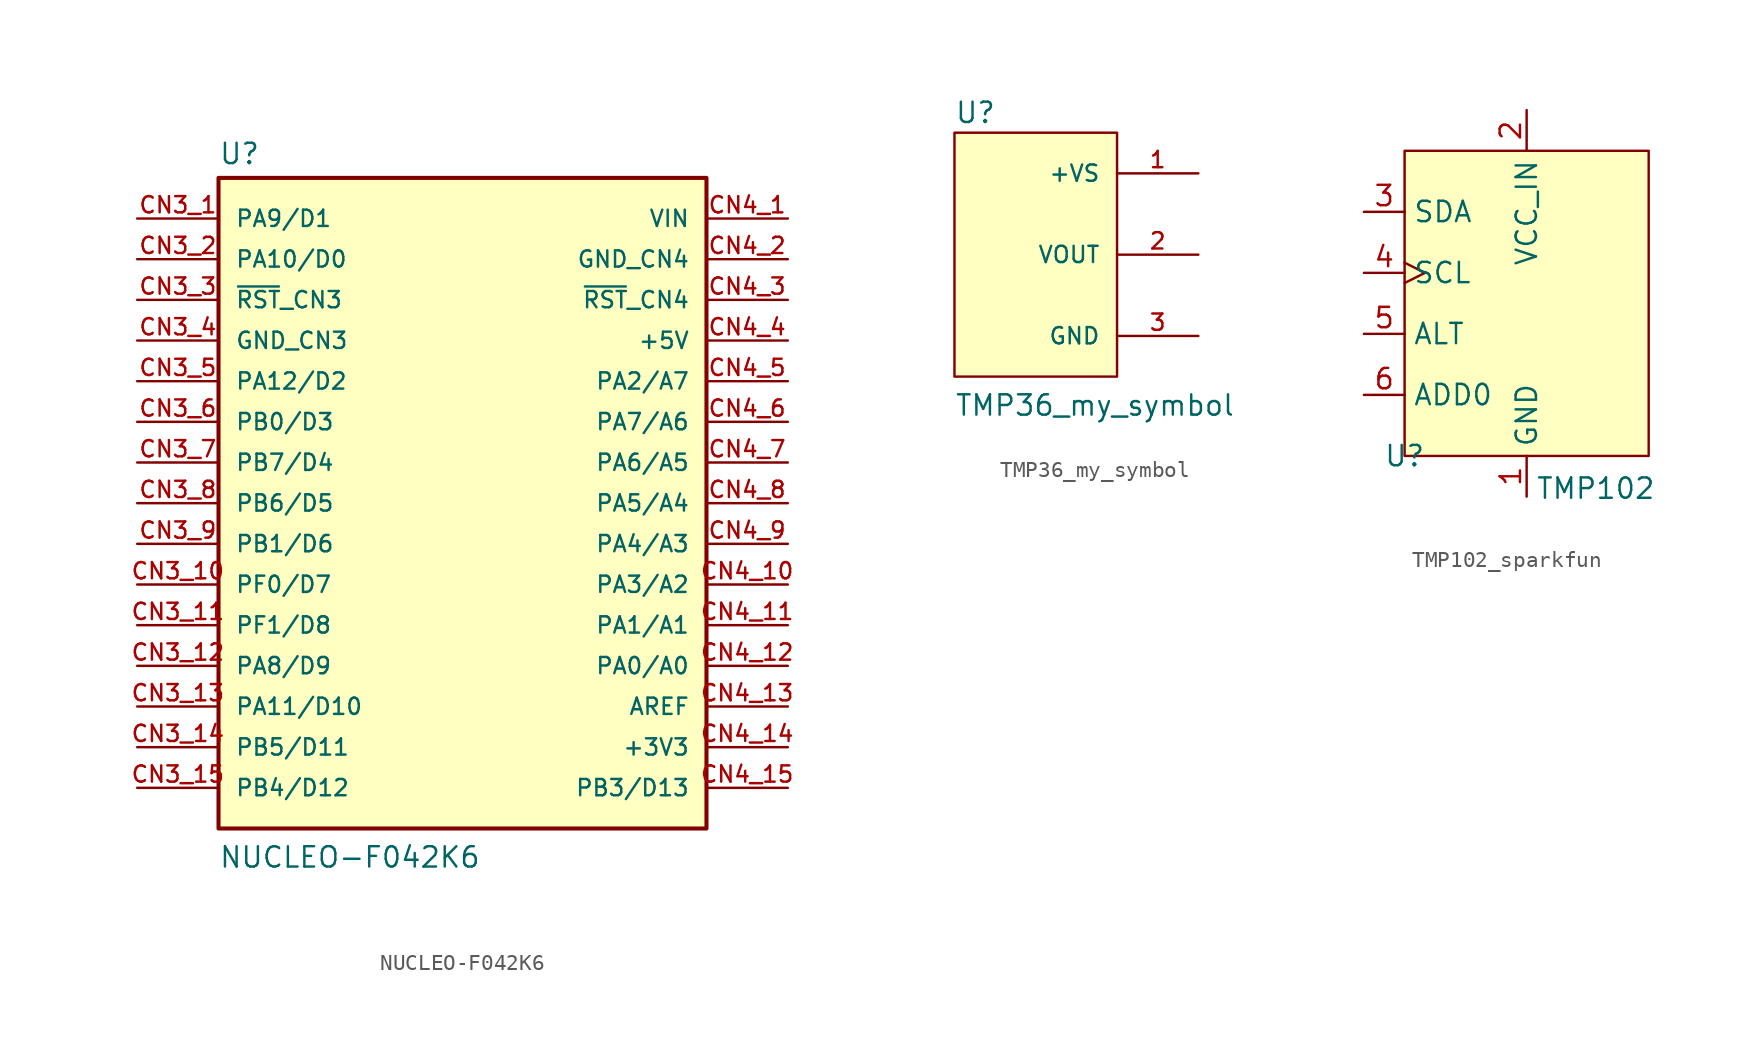
<source format=kicad_sym>
(kicad_symbol_lib
  (version 20241209)
  (generator "kicad_symbol_editor")
  (generator_version "9.0")
  (symbol "NUCLEO-F042K6"
    (pin_names
      (offset 1.016))
    (property "Reference" "U"
      (at -15.24 21.082 0)
      (effects (font (size 1.27 1.27)) (justify left bottom)))
    (property "Value" "NUCLEO-F042K6"
      (at -15.24 -22.86 0)
      (effects (font (size 1.27 1.27)) (justify left bottom)))
    (symbol "NUCLEO-F042K6_0_0"
      (rectangle (start -15.24 20.32) (end 15.24 -20.32) (stroke (width 0.254) (type default)) (fill (type background)))
      (pin bidirectional line (at -20.32 17.78 0) (length 5.08) (name "PA9/D1" (effects (font (size 1.016 1.016)))) (number "CN3_1" (effects (font (size 1.016 1.016)))))
      (pin bidirectional line (at -20.32 15.24 0) (length 5.08) (name "PA10/D0" (effects (font (size 1.016 1.016)))) (number "CN3_2" (effects (font (size 1.016 1.016)))))
      (pin bidirectional line (at -20.32 12.7 0) (length 5.08) (name "~{RST}_CN3" (effects (font (size 1.016 1.016)))) (number "CN3_3" (effects (font (size 1.016 1.016)))))
      (pin power_in line (at -20.32 10.16 0) (length 5.08) (name "GND_CN3" (effects (font (size 1.016 1.016)))) (number "CN3_4" (effects (font (size 1.016 1.016)))))
      (pin bidirectional line (at -20.32 7.62 0) (length 5.08) (name "PA12/D2" (effects (font (size 1.016 1.016)))) (number "CN3_5" (effects (font (size 1.016 1.016)))))
      (pin bidirectional line (at -20.32 5.08 0) (length 5.08) (name "PB0/D3" (effects (font (size 1.016 1.016)))) (number "CN3_6" (effects (font (size 1.016 1.016)))))
      (pin bidirectional line (at -20.32 2.54 0) (length 5.08) (name "PB7/D4" (effects (font (size 1.016 1.016)))) (number "CN3_7" (effects (font (size 1.016 1.016)))))
      (pin bidirectional line (at -20.32 0 0) (length 5.08) (name "PB6/D5" (effects (font (size 1.016 1.016)))) (number "CN3_8" (effects (font (size 1.016 1.016)))))
      (pin bidirectional line (at -20.32 -2.54 0) (length 5.08) (name "PB1/D6" (effects (font (size 1.016 1.016)))) (number "CN3_9" (effects (font (size 1.016 1.016)))))
      (pin bidirectional line (at -20.32 -5.08 0) (length 5.08) (name "PF0/D7" (effects (font (size 1.016 1.016)))) (number "CN3_10" (effects (font (size 1.016 1.016)))))
      (pin bidirectional line (at -20.32 -7.62 0) (length 5.08) (name "PF1/D8" (effects (font (size 1.016 1.016)))) (number "CN3_11" (effects (font (size 1.016 1.016)))))
      (pin bidirectional line (at -20.32 -10.16 0) (length 5.08) (name "PA8/D9" (effects (font (size 1.016 1.016)))) (number "CN3_12" (effects (font (size 1.016 1.016)))))
      (pin bidirectional line (at -20.32 -12.7 0) (length 5.08) (name "PA11/D10" (effects (font (size 1.016 1.016)))) (number "CN3_13" (effects (font (size 1.016 1.016)))))
      (pin bidirectional line (at -20.32 -15.24 0) (length 5.08) (name "PB5/D11" (effects (font (size 1.016 1.016)))) (number "CN3_14" (effects (font (size 1.016 1.016)))))
      (pin bidirectional line (at -20.32 -17.78 0) (length 5.08) (name "PB4/D12" (effects (font (size 1.016 1.016)))) (number "CN3_15" (effects (font (size 1.016 1.016)))))
      (pin power_in line (at 20.32 17.78 180) (length 5.08) (name "VIN" (effects (font (size 1.016 1.016)))) (number "CN4_1" (effects (font (size 1.016 1.016)))))
      (pin power_in line (at 20.32 15.24 180) (length 5.08) (name "GND_CN4" (effects (font (size 1.016 1.016)))) (number "CN4_2" (effects (font (size 1.016 1.016)))))
      (pin bidirectional line (at 20.32 12.7 180) (length 5.08) (name "~{RST}_CN4" (effects (font (size 1.016 1.016)))) (number "CN4_3" (effects (font (size 1.016 1.016)))))
      (pin power_in line (at 20.32 10.16 180) (length 5.08) (name "+5V" (effects (font (size 1.016 1.016)))) (number "CN4_4" (effects (font (size 1.016 1.016)))))
      (pin bidirectional line (at 20.32 7.62 180) (length 5.08) (name "PA2/A7" (effects (font (size 1.016 1.016)))) (number "CN4_5" (effects (font (size 1.016 1.016)))))
      (pin bidirectional line (at 20.32 5.08 180) (length 5.08) (name "PA7/A6" (effects (font (size 1.016 1.016)))) (number "CN4_6" (effects (font (size 1.016 1.016)))))
      (pin bidirectional line (at 20.32 2.54 180) (length 5.08) (name "PA6/A5" (effects (font (size 1.016 1.016)))) (number "CN4_7" (effects (font (size 1.016 1.016)))))
      (pin bidirectional line (at 20.32 0 180) (length 5.08) (name "PA5/A4" (effects (font (size 1.016 1.016)))) (number "CN4_8" (effects (font (size 1.016 1.016)))))
      (pin bidirectional line (at 20.32 -2.54 180) (length 5.08) (name "PA4/A3" (effects (font (size 1.016 1.016)))) (number "CN4_9" (effects (font (size 1.016 1.016)))))
      (pin bidirectional line (at 20.32 -5.08 180) (length 5.08) (name "PA3/A2" (effects (font (size 1.016 1.016)))) (number "CN4_10" (effects (font (size 1.016 1.016)))))
      (pin bidirectional line (at 20.32 -7.62 180) (length 5.08) (name "PA1/A1" (effects (font (size 1.016 1.016)))) (number "CN4_11" (effects (font (size 1.016 1.016)))))
      (pin bidirectional line (at 20.32 -10.16 180) (length 5.08) (name "PA0/A0" (effects (font (size 1.016 1.016)))) (number "CN4_12" (effects (font (size 1.016 1.016)))))
      (pin input line (at 20.32 -12.7 180) (length 5.08) (name "AREF" (effects (font (size 1.016 1.016)))) (number "CN4_13" (effects (font (size 1.016 1.016)))))
      (pin power_in line (at 20.32 -15.24 180) (length 5.08) (name "+3V3" (effects (font (size 1.016 1.016)))) (number "CN4_14" (effects (font (size 1.016 1.016)))))
      (pin bidirectional line (at 20.32 -17.78 180) (length 5.08) (name "PB3/D13" (effects (font (size 1.016 1.016)))) (number "CN4_15" (effects (font (size 1.016 1.016)))))))
  (symbol "TMP36_my_symbol"
    (pin_names
      (offset 1.016))
    (property "Reference" "U"
      (at -5.08 8.128 0)
      (effects (font (size 1.27 1.27)) (justify left bottom)))
    (property "Value" "TMP36_my_symbol"
      (at -5.08 -10.16 0)
      (effects (font (size 1.27 1.27)) (justify left bottom)))
    (symbol "TMP36_my_symbol_0_0"
      (rectangle (start -5.08 -7.62) (end 5.08 7.62) (stroke (width 0.152) (type default)) (fill (type background)))
      (pin power_in line (at 10.16 5.08 180) (length 5.08) (name "+VS" (effects (font (size 1.016 1.016)))) (number "1" (effects (font (size 1.016 1.016)))))
      (pin output line (at 10.16 0 180) (length 5.08) (name "VOUT" (effects (font (size 1.016 1.016)))) (number "2" (effects (font (size 1.016 1.016)))))
      (pin power_in line (at 10.16 -5.08 180) (length 5.08) (name "GND" (effects (font (size 1.016 1.016)))) (number "3" (effects (font (size 1.016 1.016)))))))
  (symbol "TMP102_sparkfun"
    (property "Reference" "U"
      (at 0 0 0)
      (effects (font (size 1.27 1.27))))
    (property "Value" "TMP102"
      (at 11.938 -2.032 0)
      (effects (font (size 1.27 1.27))))
    (symbol "TMP102_sparkfun_1_1"
      (rectangle (start 0 19.05) (end 15.24 0) (stroke (width 0) (type solid)) (fill (type color) (color 255 255 194 1)))
      (pin bidirectional line (at -2.54 15.24 0) (length 2.54) (name "SDA" (effects (font (size 1.27 1.27)))) (number "3" (effects (font (size 1.27 1.27)))))
      (pin input clock (at -2.54 11.43 0) (length 2.54) (name "SCL" (effects (font (size 1.27 1.27)))) (number "4" (effects (font (size 1.27 1.27)))))
      (pin power_in line (at -2.54 7.62 0) (length 2.54) (name "ALT" (effects (font (size 1.27 1.27)))) (number "5" (effects (font (size 1.27 1.27)))))
      (pin input line (at -2.54 3.81 0) (length 2.54) (name "ADD0" (effects (font (size 1.27 1.27)))) (number "6" (effects (font (size 1.27 1.27)))))
      (pin power_in line (at 7.62 21.59 270) (length 2.54) (name "VCC_IN" (effects (font (size 1.27 1.27)))) (number "2" (effects (font (size 1.27 1.27)))))
      (pin power_in line (at 7.62 -2.54 90) (length 2.54) (name "GND" (effects (font (size 1.27 1.27)))) (number "1" (effects (font (size 1.27 1.27))))))))
</source>
